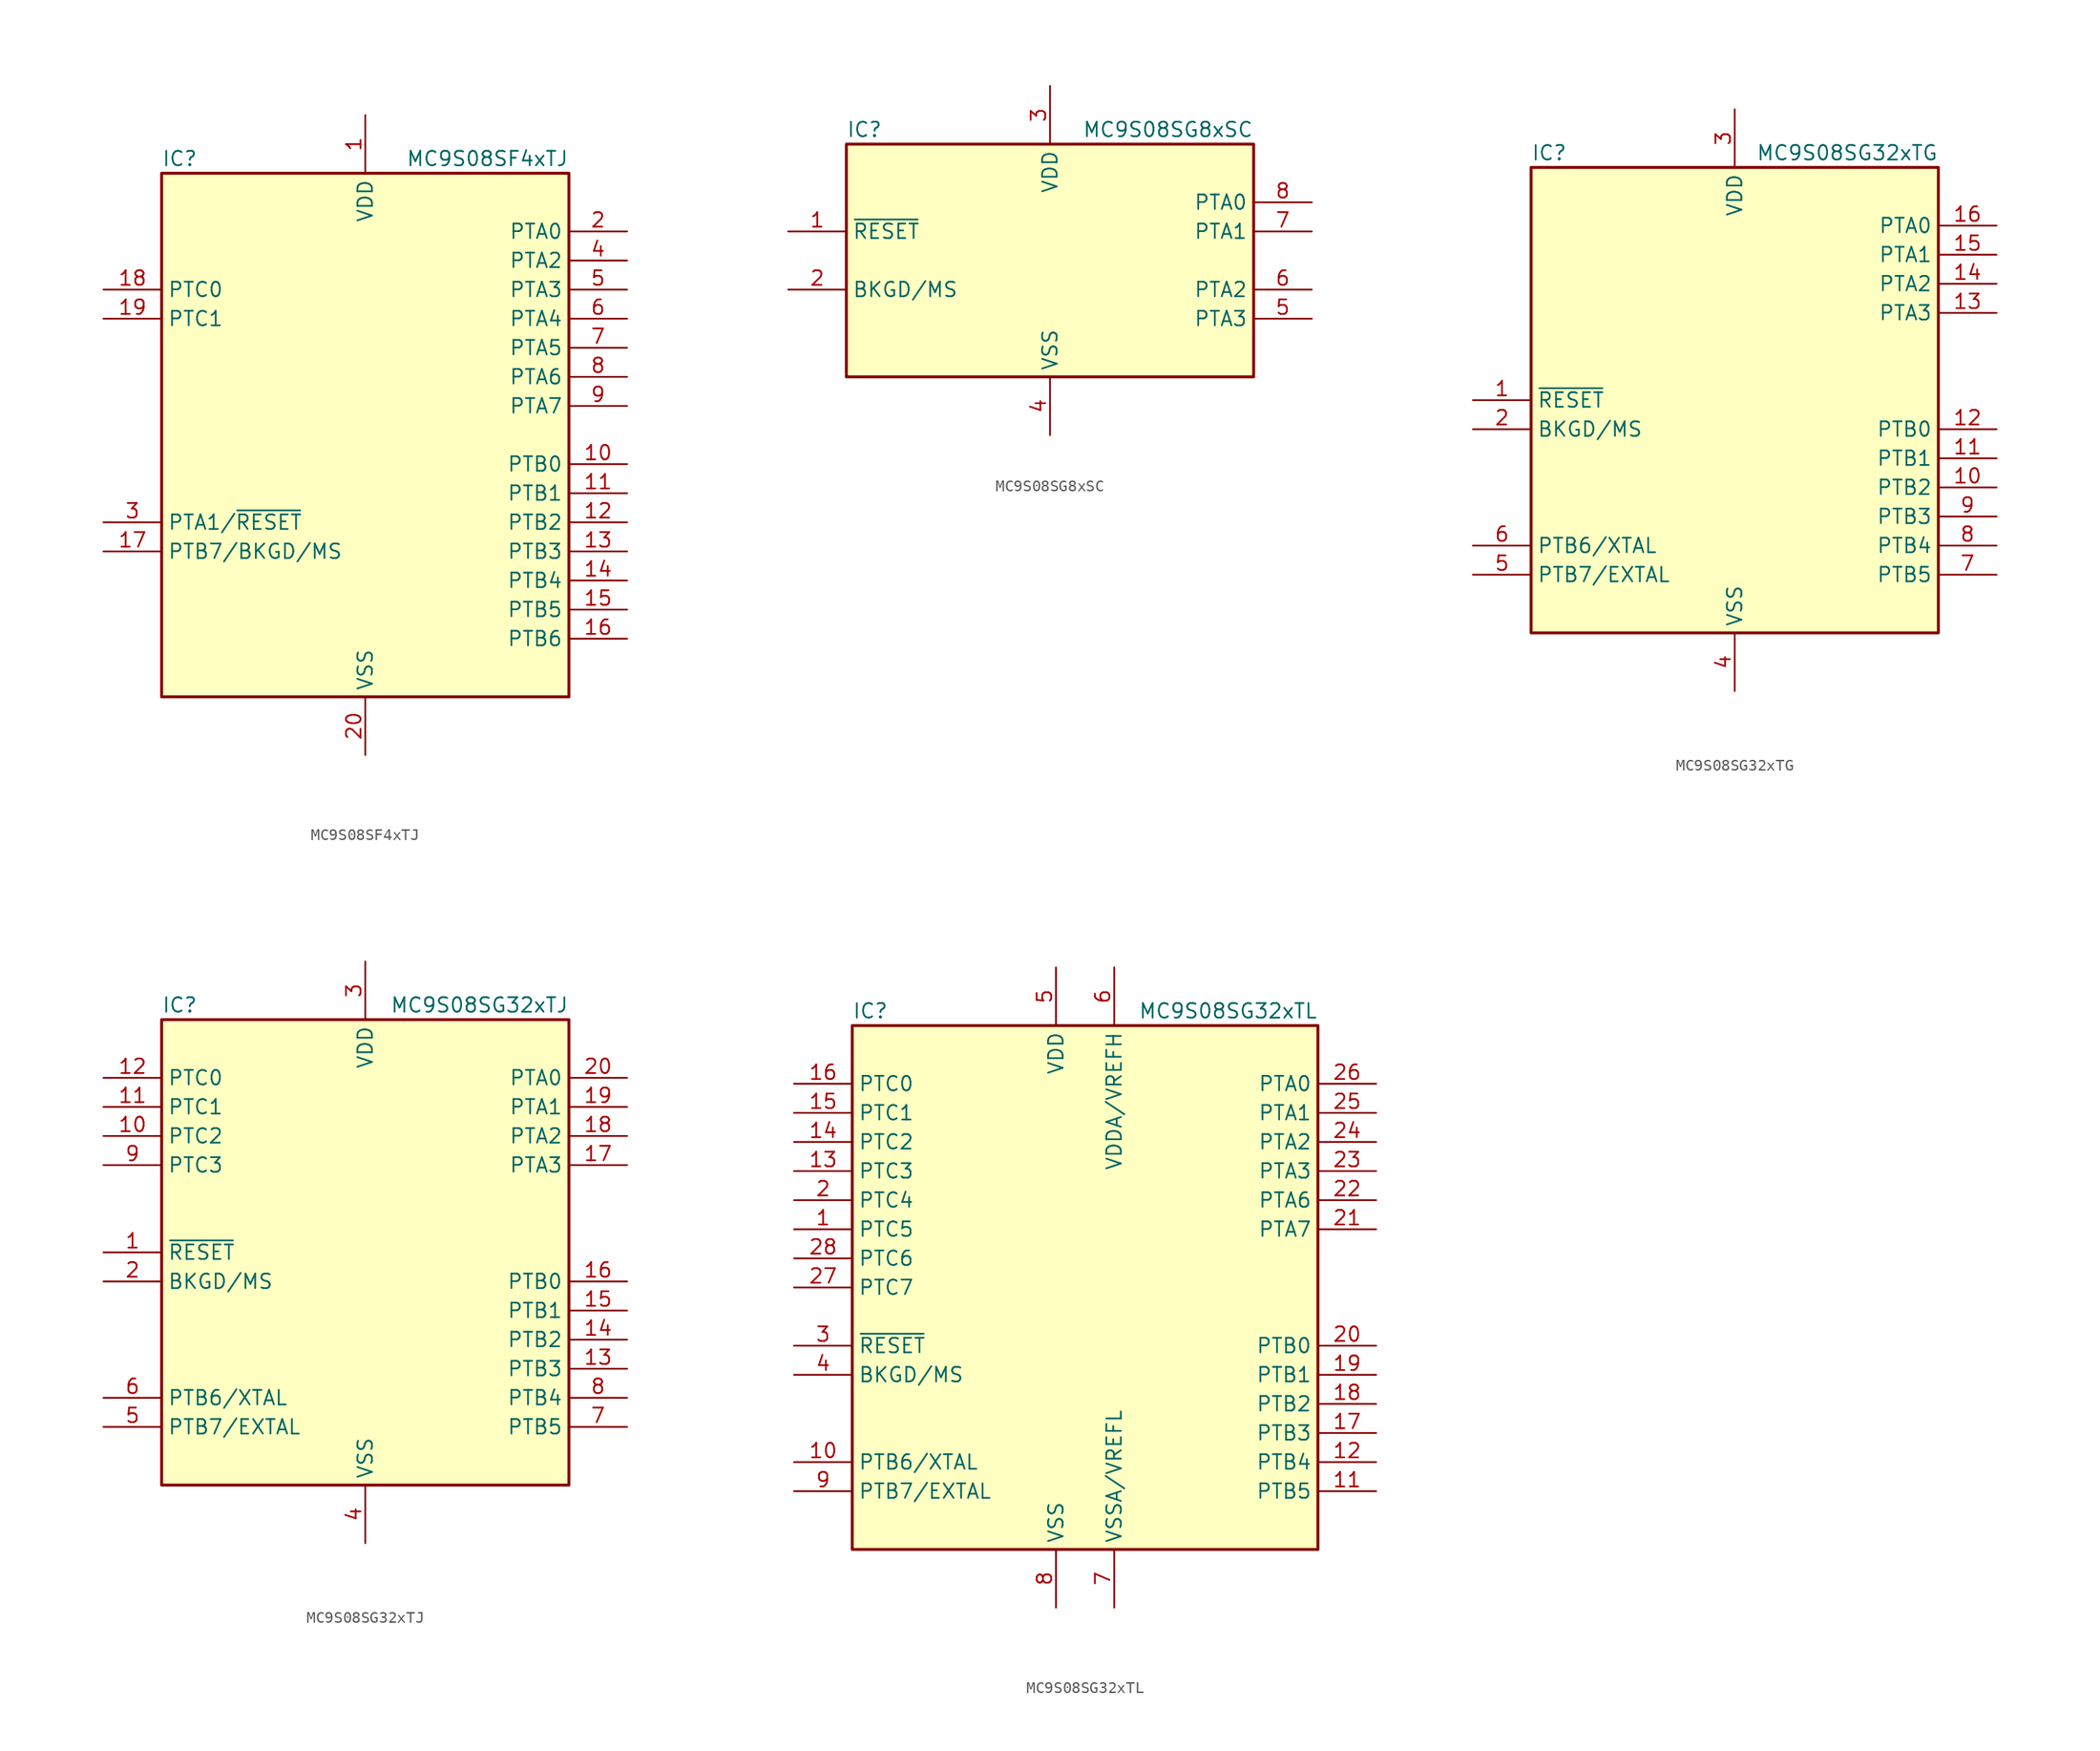
<source format=kicad_sym>
(kicad_symbol_lib
  (version 20241209)
  (generator "kicad_symbol_editor")
  (generator_version "9.0")
  (symbol "MC9S08SF4xTJ"
    (property "Reference" "IC"
      (at -17.78 24.13 0)
      (effects (font (size 1.27 1.27)) (justify left)))
    (property "Value" "MC9S08SF4xTJ"
      (at 17.78 24.13 0)
      (effects (font (size 1.27 1.27)) (justify right)))
    (symbol "MC9S08SF4xTJ_0_1"
      (rectangle (start -17.78 22.86) (end 17.78 -22.86) (stroke (width 0.254) (type default)) (fill (type background))))
    (symbol "MC9S08SF4xTJ_1_1"
      (pin bidirectional line (at -22.86 12.7 0) (length 5.08) (name "PTC0" (effects (font (size 1.27 1.27)))) (number "18" (effects (font (size 1.27 1.27)))))
      (pin bidirectional line (at -22.86 10.16 0) (length 5.08) (name "PTC1" (effects (font (size 1.27 1.27)))) (number "19" (effects (font (size 1.27 1.27)))))
      (pin bidirectional line (at -22.86 -7.62 0) (length 5.08) (name "PTA1/~{RESET}" (effects (font (size 1.27 1.27)))) (number "3" (effects (font (size 1.27 1.27)))))
      (pin bidirectional line (at -22.86 -10.16 0) (length 5.08) (name "PTB7/BKGD/MS" (effects (font (size 1.27 1.27)))) (number "17" (effects (font (size 1.27 1.27)))))
      (pin power_in line (at 0 27.94 270) (length 5.08) (name "VDD" (effects (font (size 1.27 1.27)))) (number "1" (effects (font (size 1.27 1.27)))))
      (pin power_in line (at 0 -27.94 90) (length 5.08) (name "VSS" (effects (font (size 1.27 1.27)))) (number "20" (effects (font (size 1.27 1.27)))))
      (pin bidirectional line (at 22.86 17.78 180) (length 5.08) (name "PTA0" (effects (font (size 1.27 1.27)))) (number "2" (effects (font (size 1.27 1.27)))))
      (pin bidirectional line (at 22.86 15.24 180) (length 5.08) (name "PTA2" (effects (font (size 1.27 1.27)))) (number "4" (effects (font (size 1.27 1.27)))))
      (pin bidirectional line (at 22.86 12.7 180) (length 5.08) (name "PTA3" (effects (font (size 1.27 1.27)))) (number "5" (effects (font (size 1.27 1.27)))))
      (pin bidirectional line (at 22.86 10.16 180) (length 5.08) (name "PTA4" (effects (font (size 1.27 1.27)))) (number "6" (effects (font (size 1.27 1.27)))))
      (pin bidirectional line (at 22.86 7.62 180) (length 5.08) (name "PTA5" (effects (font (size 1.27 1.27)))) (number "7" (effects (font (size 1.27 1.27)))))
      (pin bidirectional line (at 22.86 5.08 180) (length 5.08) (name "PTA6" (effects (font (size 1.27 1.27)))) (number "8" (effects (font (size 1.27 1.27)))))
      (pin bidirectional line (at 22.86 2.54 180) (length 5.08) (name "PTA7" (effects (font (size 1.27 1.27)))) (number "9" (effects (font (size 1.27 1.27)))))
      (pin bidirectional line (at 22.86 -2.54 180) (length 5.08) (name "PTB0" (effects (font (size 1.27 1.27)))) (number "10" (effects (font (size 1.27 1.27)))))
      (pin bidirectional line (at 22.86 -5.08 180) (length 5.08) (name "PTB1" (effects (font (size 1.27 1.27)))) (number "11" (effects (font (size 1.27 1.27)))))
      (pin bidirectional line (at 22.86 -7.62 180) (length 5.08) (name "PTB2" (effects (font (size 1.27 1.27)))) (number "12" (effects (font (size 1.27 1.27)))))
      (pin bidirectional line (at 22.86 -10.16 180) (length 5.08) (name "PTB3" (effects (font (size 1.27 1.27)))) (number "13" (effects (font (size 1.27 1.27)))))
      (pin bidirectional line (at 22.86 -12.7 180) (length 5.08) (name "PTB4" (effects (font (size 1.27 1.27)))) (number "14" (effects (font (size 1.27 1.27)))))
      (pin bidirectional line (at 22.86 -15.24 180) (length 5.08) (name "PTB5" (effects (font (size 1.27 1.27)))) (number "15" (effects (font (size 1.27 1.27)))))
      (pin bidirectional line (at 22.86 -17.78 180) (length 5.08) (name "PTB6" (effects (font (size 1.27 1.27)))) (number "16" (effects (font (size 1.27 1.27)))))))
  (symbol "MC9S08SG8xSC"
    (property "Reference" "IC"
      (at -17.78 11.43 0)
      (effects (font (size 1.27 1.27)) (justify left)))
    (property "Value" "MC9S08SG8xSC"
      (at 17.78 11.43 0)
      (effects (font (size 1.27 1.27)) (justify right)))
    (symbol "MC9S08SG8xSC_0_1"
      (rectangle (start -17.78 10.16) (end 17.78 -10.16) (stroke (width 0.254) (type default)) (fill (type background))))
    (symbol "MC9S08SG8xSC_1_1"
      (pin input line (at -22.86 2.54 0) (length 5.08) (name "~{RESET}" (effects (font (size 1.27 1.27)))) (number "1" (effects (font (size 1.27 1.27)))))
      (pin bidirectional line (at -22.86 -2.54 0) (length 5.08) (name "BKGD/MS" (effects (font (size 1.27 1.27)))) (number "2" (effects (font (size 1.27 1.27)))))
      (pin power_in line (at 0 15.24 270) (length 5.08) (name "VDD" (effects (font (size 1.27 1.27)))) (number "3" (effects (font (size 1.27 1.27)))))
      (pin power_in line (at 0 -15.24 90) (length 5.08) (name "VSS" (effects (font (size 1.27 1.27)))) (number "4" (effects (font (size 1.27 1.27)))))
      (pin bidirectional line (at 22.86 5.08 180) (length 5.08) (name "PTA0" (effects (font (size 1.27 1.27)))) (number "8" (effects (font (size 1.27 1.27)))))
      (pin bidirectional line (at 22.86 2.54 180) (length 5.08) (name "PTA1" (effects (font (size 1.27 1.27)))) (number "7" (effects (font (size 1.27 1.27)))))
      (pin bidirectional line (at 22.86 -2.54 180) (length 5.08) (name "PTA2" (effects (font (size 1.27 1.27)))) (number "6" (effects (font (size 1.27 1.27)))))
      (pin bidirectional line (at 22.86 -5.08 180) (length 5.08) (name "PTA3" (effects (font (size 1.27 1.27)))) (number "5" (effects (font (size 1.27 1.27)))))))
  (symbol "MC9S08SG32xTG"
    (property "Reference" "IC"
      (at -17.78 21.59 0)
      (effects (font (size 1.27 1.27)) (justify left)))
    (property "Value" "MC9S08SG32xTG"
      (at 17.78 21.59 0)
      (effects (font (size 1.27 1.27)) (justify right)))
    (symbol "MC9S08SG32xTG_0_1"
      (rectangle (start -17.78 20.32) (end 17.78 -20.32) (stroke (width 0.254) (type default)) (fill (type background))))
    (symbol "MC9S08SG32xTG_1_1"
      (pin input line (at -22.86 0 0) (length 5.08) (name "~{RESET}" (effects (font (size 1.27 1.27)))) (number "1" (effects (font (size 1.27 1.27)))))
      (pin bidirectional line (at -22.86 -2.54 0) (length 5.08) (name "BKGD/MS" (effects (font (size 1.27 1.27)))) (number "2" (effects (font (size 1.27 1.27)))))
      (pin bidirectional line (at -22.86 -12.7 0) (length 5.08) (name "PTB6/XTAL" (effects (font (size 1.27 1.27)))) (number "6" (effects (font (size 1.27 1.27)))))
      (pin bidirectional line (at -22.86 -15.24 0) (length 5.08) (name "PTB7/EXTAL" (effects (font (size 1.27 1.27)))) (number "5" (effects (font (size 1.27 1.27)))))
      (pin power_in line (at 0 25.4 270) (length 5.08) (name "VDD" (effects (font (size 1.27 1.27)))) (number "3" (effects (font (size 1.27 1.27)))))
      (pin power_in line (at 0 -25.4 90) (length 5.08) (name "VSS" (effects (font (size 1.27 1.27)))) (number "4" (effects (font (size 1.27 1.27)))))
      (pin bidirectional line (at 22.86 15.24 180) (length 5.08) (name "PTA0" (effects (font (size 1.27 1.27)))) (number "16" (effects (font (size 1.27 1.27)))))
      (pin bidirectional line (at 22.86 12.7 180) (length 5.08) (name "PTA1" (effects (font (size 1.27 1.27)))) (number "15" (effects (font (size 1.27 1.27)))))
      (pin bidirectional line (at 22.86 10.16 180) (length 5.08) (name "PTA2" (effects (font (size 1.27 1.27)))) (number "14" (effects (font (size 1.27 1.27)))))
      (pin bidirectional line (at 22.86 7.62 180) (length 5.08) (name "PTA3" (effects (font (size 1.27 1.27)))) (number "13" (effects (font (size 1.27 1.27)))))
      (pin bidirectional line (at 22.86 -2.54 180) (length 5.08) (name "PTB0" (effects (font (size 1.27 1.27)))) (number "12" (effects (font (size 1.27 1.27)))))
      (pin bidirectional line (at 22.86 -5.08 180) (length 5.08) (name "PTB1" (effects (font (size 1.27 1.27)))) (number "11" (effects (font (size 1.27 1.27)))))
      (pin bidirectional line (at 22.86 -7.62 180) (length 5.08) (name "PTB2" (effects (font (size 1.27 1.27)))) (number "10" (effects (font (size 1.27 1.27)))))
      (pin bidirectional line (at 22.86 -10.16 180) (length 5.08) (name "PTB3" (effects (font (size 1.27 1.27)))) (number "9" (effects (font (size 1.27 1.27)))))
      (pin bidirectional line (at 22.86 -12.7 180) (length 5.08) (name "PTB4" (effects (font (size 1.27 1.27)))) (number "8" (effects (font (size 1.27 1.27)))))
      (pin bidirectional line (at 22.86 -15.24 180) (length 5.08) (name "PTB5" (effects (font (size 1.27 1.27)))) (number "7" (effects (font (size 1.27 1.27)))))))
  (symbol "MC9S08SG32xTJ"
    (property "Reference" "IC"
      (at -17.78 21.59 0)
      (effects (font (size 1.27 1.27)) (justify left)))
    (property "Value" "MC9S08SG32xTJ"
      (at 17.78 21.59 0)
      (effects (font (size 1.27 1.27)) (justify right)))
    (symbol "MC9S08SG32xTJ_0_1"
      (rectangle (start -17.78 20.32) (end 17.78 -20.32) (stroke (width 0.254) (type default)) (fill (type background))))
    (symbol "MC9S08SG32xTJ_1_1"
      (pin bidirectional line (at -22.86 15.24 0) (length 5.08) (name "PTC0" (effects (font (size 1.27 1.27)))) (number "12" (effects (font (size 1.27 1.27)))))
      (pin bidirectional line (at -22.86 12.7 0) (length 5.08) (name "PTC1" (effects (font (size 1.27 1.27)))) (number "11" (effects (font (size 1.27 1.27)))))
      (pin bidirectional line (at -22.86 10.16 0) (length 5.08) (name "PTC2" (effects (font (size 1.27 1.27)))) (number "10" (effects (font (size 1.27 1.27)))))
      (pin bidirectional line (at -22.86 7.62 0) (length 5.08) (name "PTC3" (effects (font (size 1.27 1.27)))) (number "9" (effects (font (size 1.27 1.27)))))
      (pin input line (at -22.86 0 0) (length 5.08) (name "~{RESET}" (effects (font (size 1.27 1.27)))) (number "1" (effects (font (size 1.27 1.27)))))
      (pin bidirectional line (at -22.86 -2.54 0) (length 5.08) (name "BKGD/MS" (effects (font (size 1.27 1.27)))) (number "2" (effects (font (size 1.27 1.27)))))
      (pin bidirectional line (at -22.86 -12.7 0) (length 5.08) (name "PTB6/XTAL" (effects (font (size 1.27 1.27)))) (number "6" (effects (font (size 1.27 1.27)))))
      (pin bidirectional line (at -22.86 -15.24 0) (length 5.08) (name "PTB7/EXTAL" (effects (font (size 1.27 1.27)))) (number "5" (effects (font (size 1.27 1.27)))))
      (pin power_in line (at 0 25.4 270) (length 5.08) (name "VDD" (effects (font (size 1.27 1.27)))) (number "3" (effects (font (size 1.27 1.27)))))
      (pin power_in line (at 0 -25.4 90) (length 5.08) (name "VSS" (effects (font (size 1.27 1.27)))) (number "4" (effects (font (size 1.27 1.27)))))
      (pin bidirectional line (at 22.86 15.24 180) (length 5.08) (name "PTA0" (effects (font (size 1.27 1.27)))) (number "20" (effects (font (size 1.27 1.27)))))
      (pin bidirectional line (at 22.86 12.7 180) (length 5.08) (name "PTA1" (effects (font (size 1.27 1.27)))) (number "19" (effects (font (size 1.27 1.27)))))
      (pin bidirectional line (at 22.86 10.16 180) (length 5.08) (name "PTA2" (effects (font (size 1.27 1.27)))) (number "18" (effects (font (size 1.27 1.27)))))
      (pin bidirectional line (at 22.86 7.62 180) (length 5.08) (name "PTA3" (effects (font (size 1.27 1.27)))) (number "17" (effects (font (size 1.27 1.27)))))
      (pin bidirectional line (at 22.86 -2.54 180) (length 5.08) (name "PTB0" (effects (font (size 1.27 1.27)))) (number "16" (effects (font (size 1.27 1.27)))))
      (pin bidirectional line (at 22.86 -5.08 180) (length 5.08) (name "PTB1" (effects (font (size 1.27 1.27)))) (number "15" (effects (font (size 1.27 1.27)))))
      (pin bidirectional line (at 22.86 -7.62 180) (length 5.08) (name "PTB2" (effects (font (size 1.27 1.27)))) (number "14" (effects (font (size 1.27 1.27)))))
      (pin bidirectional line (at 22.86 -10.16 180) (length 5.08) (name "PTB3" (effects (font (size 1.27 1.27)))) (number "13" (effects (font (size 1.27 1.27)))))
      (pin bidirectional line (at 22.86 -12.7 180) (length 5.08) (name "PTB4" (effects (font (size 1.27 1.27)))) (number "8" (effects (font (size 1.27 1.27)))))
      (pin bidirectional line (at 22.86 -15.24 180) (length 5.08) (name "PTB5" (effects (font (size 1.27 1.27)))) (number "7" (effects (font (size 1.27 1.27)))))))
  (symbol "MC9S08SG32xTL"
    (property "Reference" "IC"
      (at -20.32 24.13 0)
      (effects (font (size 1.27 1.27)) (justify left)))
    (property "Value" "MC9S08SG32xTL"
      (at 20.32 24.13 0)
      (effects (font (size 1.27 1.27)) (justify right)))
    (symbol "MC9S08SG32xTL_0_1"
      (rectangle (start -20.32 22.86) (end 20.32 -22.86) (stroke (width 0.254) (type default)) (fill (type background))))
    (symbol "MC9S08SG32xTL_1_1"
      (pin bidirectional line (at -25.4 17.78 0) (length 5.08) (name "PTC0" (effects (font (size 1.27 1.27)))) (number "16" (effects (font (size 1.27 1.27)))))
      (pin bidirectional line (at -25.4 15.24 0) (length 5.08) (name "PTC1" (effects (font (size 1.27 1.27)))) (number "15" (effects (font (size 1.27 1.27)))))
      (pin bidirectional line (at -25.4 12.7 0) (length 5.08) (name "PTC2" (effects (font (size 1.27 1.27)))) (number "14" (effects (font (size 1.27 1.27)))))
      (pin bidirectional line (at -25.4 10.16 0) (length 5.08) (name "PTC3" (effects (font (size 1.27 1.27)))) (number "13" (effects (font (size 1.27 1.27)))))
      (pin bidirectional line (at -25.4 7.62 0) (length 5.08) (name "PTC4" (effects (font (size 1.27 1.27)))) (number "2" (effects (font (size 1.27 1.27)))))
      (pin bidirectional line (at -25.4 5.08 0) (length 5.08) (name "PTC5" (effects (font (size 1.27 1.27)))) (number "1" (effects (font (size 1.27 1.27)))))
      (pin bidirectional line (at -25.4 2.54 0) (length 5.08) (name "PTC6" (effects (font (size 1.27 1.27)))) (number "28" (effects (font (size 1.27 1.27)))))
      (pin bidirectional line (at -25.4 0 0) (length 5.08) (name "PTC7" (effects (font (size 1.27 1.27)))) (number "27" (effects (font (size 1.27 1.27)))))
      (pin input line (at -25.4 -5.08 0) (length 5.08) (name "~{RESET}" (effects (font (size 1.27 1.27)))) (number "3" (effects (font (size 1.27 1.27)))))
      (pin bidirectional line (at -25.4 -7.62 0) (length 5.08) (name "BKGD/MS" (effects (font (size 1.27 1.27)))) (number "4" (effects (font (size 1.27 1.27)))))
      (pin bidirectional line (at -25.4 -15.24 0) (length 5.08) (name "PTB6/XTAL" (effects (font (size 1.27 1.27)))) (number "10" (effects (font (size 1.27 1.27)))))
      (pin bidirectional line (at -25.4 -17.78 0) (length 5.08) (name "PTB7/EXTAL" (effects (font (size 1.27 1.27)))) (number "9" (effects (font (size 1.27 1.27)))))
      (pin power_in line (at -2.54 27.94 270) (length 5.08) (name "VDD" (effects (font (size 1.27 1.27)))) (number "5" (effects (font (size 1.27 1.27)))))
      (pin power_in line (at -2.54 -27.94 90) (length 5.08) (name "VSS" (effects (font (size 1.27 1.27)))) (number "8" (effects (font (size 1.27 1.27)))))
      (pin power_in line (at 2.54 27.94 270) (length 5.08) (name "VDDA/VREFH" (effects (font (size 1.27 1.27)))) (number "6" (effects (font (size 1.27 1.27)))))
      (pin power_in line (at 2.54 -27.94 90) (length 5.08) (name "VSSA/VREFL" (effects (font (size 1.27 1.27)))) (number "7" (effects (font (size 1.27 1.27)))))
      (pin bidirectional line (at 25.4 17.78 180) (length 5.08) (name "PTA0" (effects (font (size 1.27 1.27)))) (number "26" (effects (font (size 1.27 1.27)))))
      (pin bidirectional line (at 25.4 15.24 180) (length 5.08) (name "PTA1" (effects (font (size 1.27 1.27)))) (number "25" (effects (font (size 1.27 1.27)))))
      (pin bidirectional line (at 25.4 12.7 180) (length 5.08) (name "PTA2" (effects (font (size 1.27 1.27)))) (number "24" (effects (font (size 1.27 1.27)))))
      (pin bidirectional line (at 25.4 10.16 180) (length 5.08) (name "PTA3" (effects (font (size 1.27 1.27)))) (number "23" (effects (font (size 1.27 1.27)))))
      (pin bidirectional line (at 25.4 7.62 180) (length 5.08) (name "PTA6" (effects (font (size 1.27 1.27)))) (number "22" (effects (font (size 1.27 1.27)))))
      (pin bidirectional line (at 25.4 5.08 180) (length 5.08) (name "PTA7" (effects (font (size 1.27 1.27)))) (number "21" (effects (font (size 1.27 1.27)))))
      (pin bidirectional line (at 25.4 -5.08 180) (length 5.08) (name "PTB0" (effects (font (size 1.27 1.27)))) (number "20" (effects (font (size 1.27 1.27)))))
      (pin bidirectional line (at 25.4 -7.62 180) (length 5.08) (name "PTB1" (effects (font (size 1.27 1.27)))) (number "19" (effects (font (size 1.27 1.27)))))
      (pin bidirectional line (at 25.4 -10.16 180) (length 5.08) (name "PTB2" (effects (font (size 1.27 1.27)))) (number "18" (effects (font (size 1.27 1.27)))))
      (pin bidirectional line (at 25.4 -12.7 180) (length 5.08) (name "PTB3" (effects (font (size 1.27 1.27)))) (number "17" (effects (font (size 1.27 1.27)))))
      (pin bidirectional line (at 25.4 -15.24 180) (length 5.08) (name "PTB4" (effects (font (size 1.27 1.27)))) (number "12" (effects (font (size 1.27 1.27)))))
      (pin bidirectional line (at 25.4 -17.78 180) (length 5.08) (name "PTB5" (effects (font (size 1.27 1.27)))) (number "11" (effects (font (size 1.27 1.27))))))))
</source>
